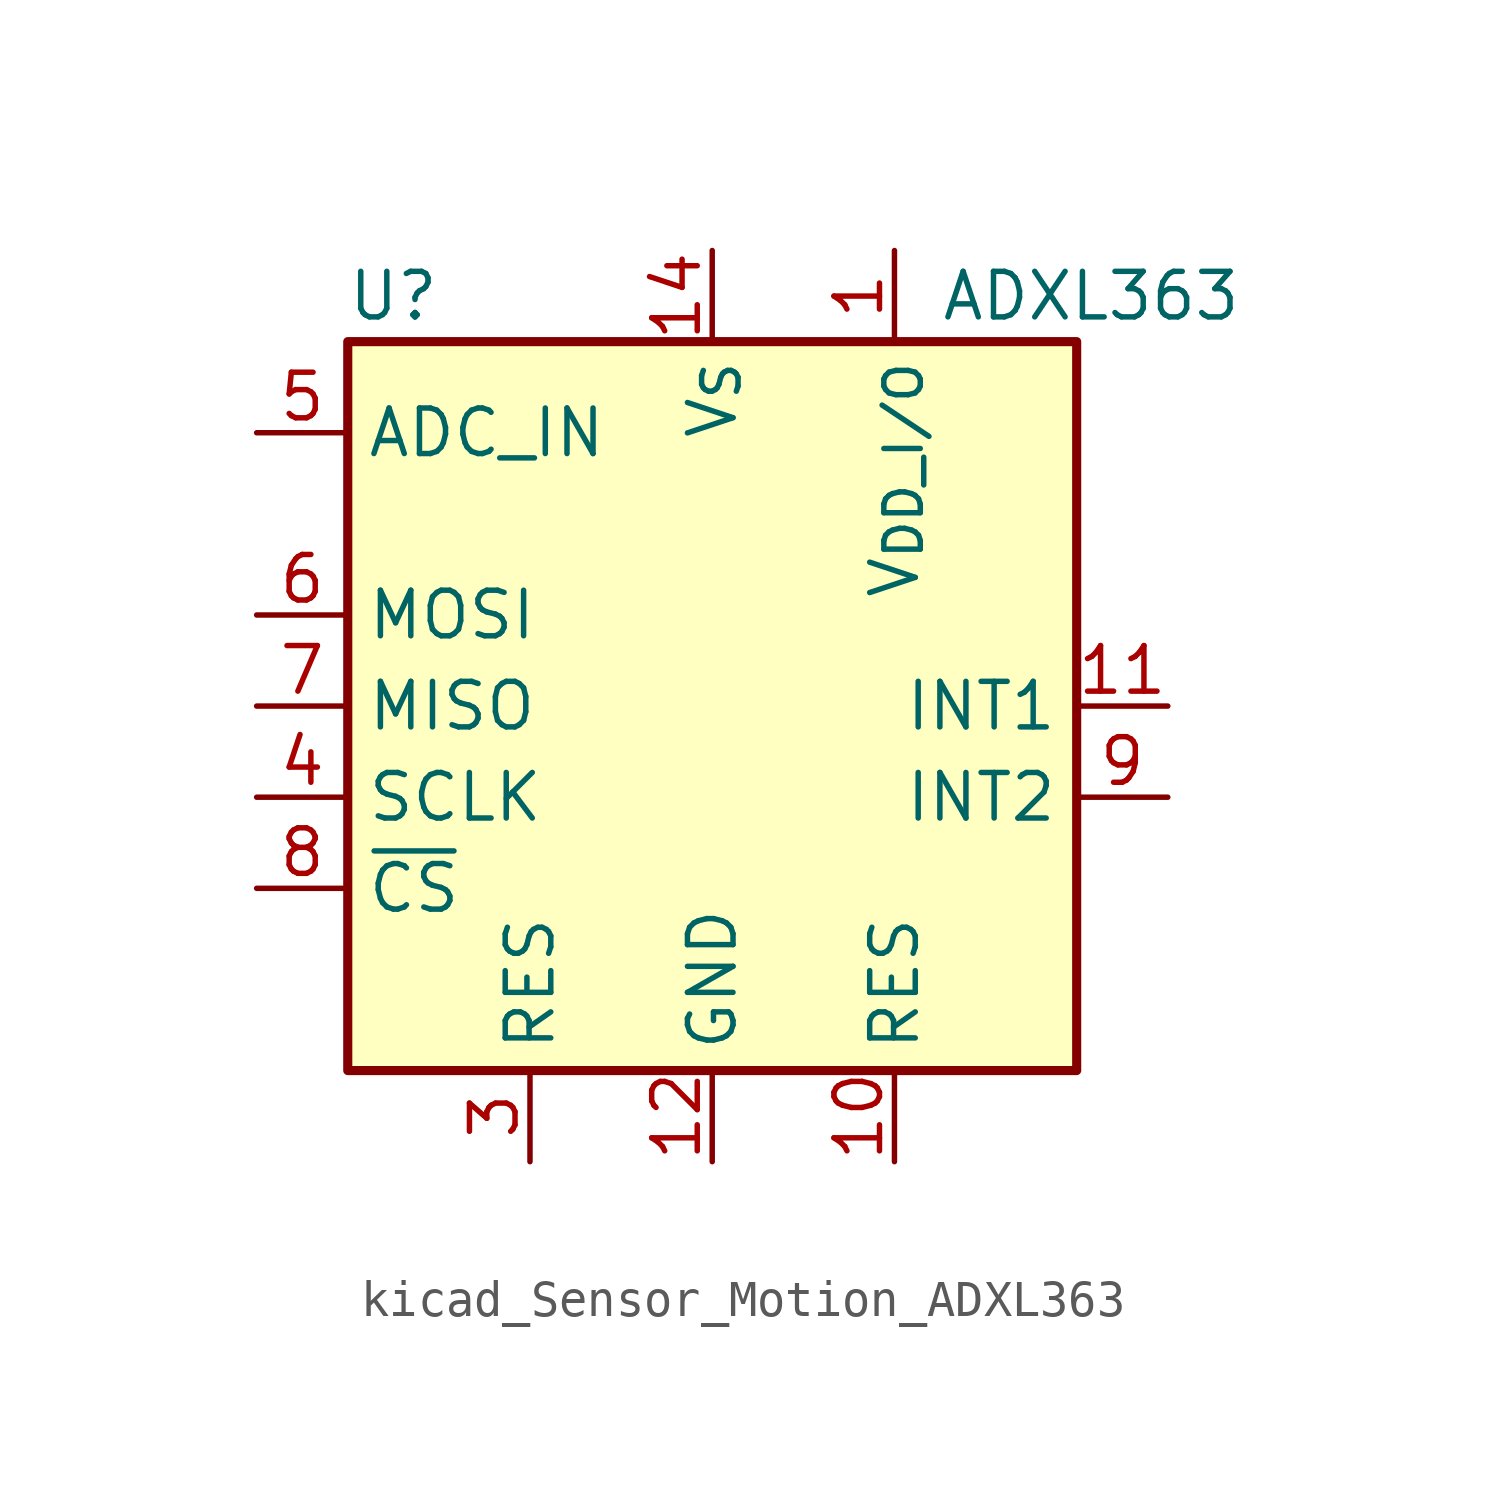
<source format=kicad_sym>
(kicad_symbol_lib
  (version 20220914)
  (generator kicad_symbol_editor)
  (symbol "kicad_Sensor_Motion_ADXL363"
    (property "Reference" "U"
      (at -8.89 11.43 0)
      (effects (font (size 1.27 1.27))))
    (property "Value" "ADXL363"
      (at 6.35 11.43 0)
      (effects (font (size 1.27 1.27)) (justify left)))
    (symbol "kicad_Sensor_Motion_ADXL363_0_1"
      (rectangle (start -10.16 10.16) (end 10.16 -10.16) (stroke (width 0.254) (type default)) (fill (type background))))
    (symbol "kicad_Sensor_Motion_ADXL363_1_1"
      (pin power_in line (at 5.08 12.7 270) (length 2.54) (name "V_{DD_I/O}" (effects (font (size 1.27 1.27)))) (number "1" (effects (font (size 1.27 1.27)))))
      (pin passive line (at 5.08 -12.7 90) (length 2.54) (name "RES" (effects (font (size 1.27 1.27)))) (number "10" (effects (font (size 1.27 1.27)))))
      (pin output line (at 12.7 0 180) (length 2.54) (name "INT1" (effects (font (size 1.27 1.27)))) (number "11" (effects (font (size 1.27 1.27)))))
      (pin power_in line (at 0 -12.7 90) (length 2.54) (name "GND" (effects (font (size 1.27 1.27)))) (number "12" (effects (font (size 1.27 1.27)))))
      (pin passive line (at 0 -12.7 90) (length 2.54) hide (name "GND" (effects (font (size 1.27 1.27)))) (number "13" (effects (font (size 1.27 1.27)))))
      (pin power_in line (at 0 12.7 270) (length 2.54) (name "V_{S}" (effects (font (size 1.27 1.27)))) (number "14" (effects (font (size 1.27 1.27)))))
      (pin passive line (at 0 -12.7 90) (length 2.54) hide (name "GND" (effects (font (size 1.27 1.27)))) (number "16" (effects (font (size 1.27 1.27)))))
      (pin passive line (at -5.08 -12.7 90) (length 2.54) (name "RES" (effects (font (size 1.27 1.27)))) (number "3" (effects (font (size 1.27 1.27)))))
      (pin input line (at -12.7 -2.54 0) (length 2.54) (name "SCLK" (effects (font (size 1.27 1.27)))) (number "4" (effects (font (size 1.27 1.27)))))
      (pin input line (at -12.7 7.62 0) (length 2.54) (name "ADC_IN" (effects (font (size 1.27 1.27)))) (number "5" (effects (font (size 1.27 1.27)))))
      (pin input line (at -12.7 2.54 0) (length 2.54) (name "MOSI" (effects (font (size 1.27 1.27)))) (number "6" (effects (font (size 1.27 1.27)))))
      (pin output line (at -12.7 0 0) (length 2.54) (name "MISO" (effects (font (size 1.27 1.27)))) (number "7" (effects (font (size 1.27 1.27)))))
      (pin input line (at -12.7 -5.08 0) (length 2.54) (name "~{CS}" (effects (font (size 1.27 1.27)))) (number "8" (effects (font (size 1.27 1.27)))))
      (pin output line (at 12.7 -2.54 180) (length 2.54) (name "INT2" (effects (font (size 1.27 1.27)))) (number "9" (effects (font (size 1.27 1.27))))))))
</source>
